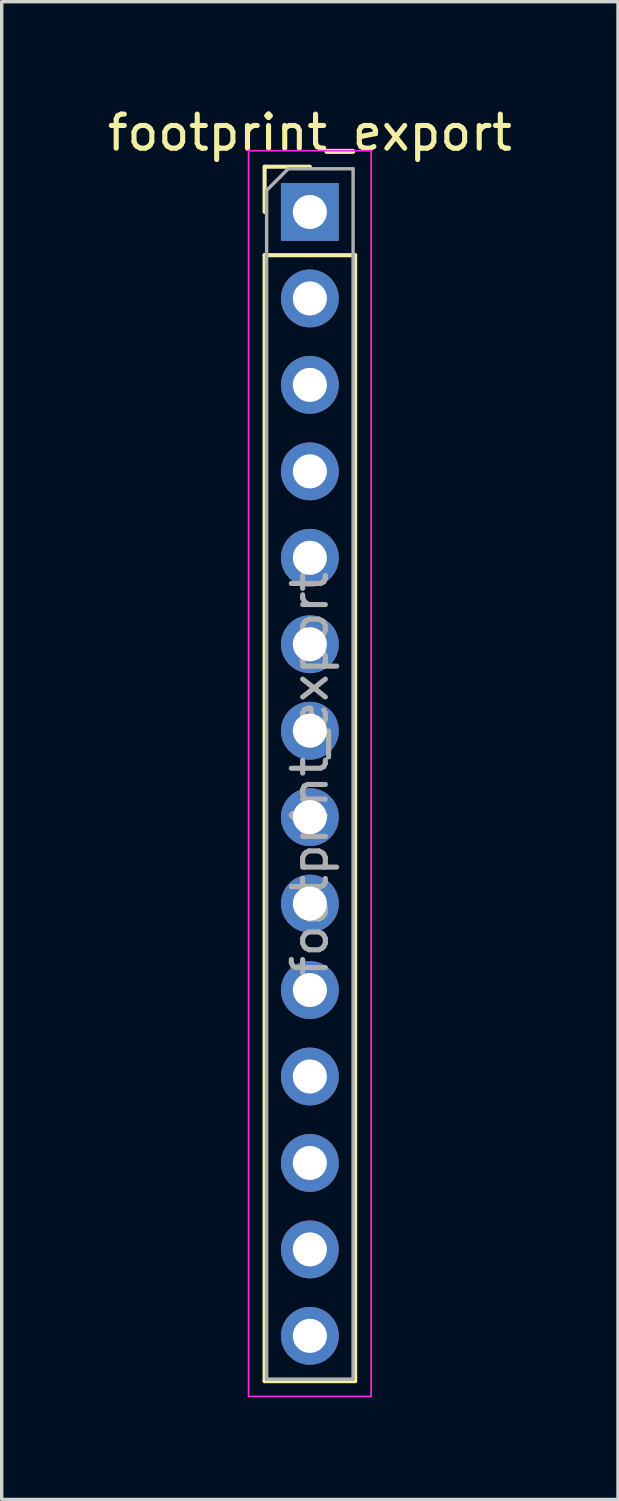
<source format=kicad_pcb>
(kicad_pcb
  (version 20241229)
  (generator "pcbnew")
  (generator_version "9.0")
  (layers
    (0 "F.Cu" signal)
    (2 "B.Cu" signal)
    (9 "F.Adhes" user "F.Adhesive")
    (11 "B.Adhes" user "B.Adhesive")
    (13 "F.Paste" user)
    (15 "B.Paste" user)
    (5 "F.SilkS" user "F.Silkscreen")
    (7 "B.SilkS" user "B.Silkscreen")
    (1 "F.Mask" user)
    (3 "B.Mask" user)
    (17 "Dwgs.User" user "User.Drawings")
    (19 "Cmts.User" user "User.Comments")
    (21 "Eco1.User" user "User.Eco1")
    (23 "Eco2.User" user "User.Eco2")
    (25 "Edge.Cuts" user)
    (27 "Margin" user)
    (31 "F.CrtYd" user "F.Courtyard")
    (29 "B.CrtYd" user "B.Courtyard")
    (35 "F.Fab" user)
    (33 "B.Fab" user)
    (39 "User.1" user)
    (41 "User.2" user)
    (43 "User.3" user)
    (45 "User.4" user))
  (footprint "footprint_export"
    (layer "F.Cu")
    (at 6.054 3.178)
    (property "Reference" "footprint_export" (at 0 -2.33 0) (layer "F.SilkS") (effects (font (size 1 1) (thickness 0.15))))
    (attr through_hole)
    (fp_line (start -1.33 -1.33) (end 0 -1.33) (stroke (width 0.12) (type solid)) (layer "F.SilkS"))
    (fp_line (start -1.33 0) (end -1.33 -1.33) (stroke (width 0.12) (type solid)) (layer "F.SilkS"))
    (fp_line (start -1.33 1.27) (end -1.33 34.35) (stroke (width 0.12) (type solid)) (layer "F.SilkS"))
    (fp_line (start -1.33 1.27) (end 1.33 1.27) (stroke (width 0.12) (type solid)) (layer "F.SilkS"))
    (fp_line (start -1.33 34.35) (end 1.33 34.35) (stroke (width 0.12) (type solid)) (layer "F.SilkS"))
    (fp_line (start 1.33 1.27) (end 1.33 34.35) (stroke (width 0.12) (type solid)) (layer "F.SilkS"))
    (fp_line (start -1.8 -1.8) (end -1.8 34.8) (stroke (width 0.05) (type solid)) (layer "F.CrtYd"))
    (fp_line (start -1.8 34.8) (end 1.8 34.8) (stroke (width 0.05) (type solid)) (layer "F.CrtYd"))
    (fp_line (start 1.8 -1.8) (end -1.8 -1.8) (stroke (width 0.05) (type solid)) (layer "F.CrtYd"))
    (fp_line (start 1.8 34.8) (end 1.8 -1.8) (stroke (width 0.05) (type solid)) (layer "F.CrtYd"))
    (fp_line (start -1.27 -0.635) (end -0.635 -1.27) (stroke (width 0.1) (type solid)) (layer "F.Fab"))
    (fp_line (start -1.27 34.29) (end -1.27 -0.635) (stroke (width 0.1) (type solid)) (layer "F.Fab"))
    (fp_line (start -0.635 -1.27) (end 1.27 -1.27) (stroke (width 0.1) (type solid)) (layer "F.Fab"))
    (fp_line (start 1.27 -1.27) (end 1.27 34.29) (stroke (width 0.1) (type solid)) (layer "F.Fab"))
    (fp_line (start 1.27 34.29) (end -1.27 34.29) (stroke (width 0.1) (type solid)) (layer "F.Fab"))
    (fp_text user "${REFERENCE}" (at 0 16.51 90) (layer "F.Fab") (effects (font (size 1 1) (thickness 0.15))))
    (pad "1" thru_hole rect (at 0 0) (size 1.7 1.7) (drill 1) (layers "*.Cu" "*.Mask"))
    (pad "2" thru_hole oval (at 0 2.54) (size 1.7 1.7) (drill 1) (layers "*.Cu" "*.Mask"))
    (pad "3" thru_hole oval (at 0 5.08) (size 1.7 1.7) (drill 1) (layers "*.Cu" "*.Mask"))
    (pad "4" thru_hole oval (at 0 7.62) (size 1.7 1.7) (drill 1) (layers "*.Cu" "*.Mask"))
    (pad "5" thru_hole oval (at 0 10.16) (size 1.7 1.7) (drill 1) (layers "*.Cu" "*.Mask"))
    (pad "6" thru_hole oval (at 0 12.7) (size 1.7 1.7) (drill 1) (layers "*.Cu" "*.Mask"))
    (pad "7" thru_hole oval (at 0 15.24) (size 1.7 1.7) (drill 1) (layers "*.Cu" "*.Mask"))
    (pad "8" thru_hole oval (at 0 17.78) (size 1.7 1.7) (drill 1) (layers "*.Cu" "*.Mask"))
    (pad "9" thru_hole oval (at 0 20.32) (size 1.7 1.7) (drill 1) (layers "*.Cu" "*.Mask"))
    (pad "10" thru_hole oval (at 0 22.86) (size 1.7 1.7) (drill 1) (layers "*.Cu" "*.Mask"))
    (pad "11" thru_hole oval (at 0 25.4) (size 1.7 1.7) (drill 1) (layers "*.Cu" "*.Mask"))
    (pad "12" thru_hole oval (at 0 27.94) (size 1.7 1.7) (drill 1) (layers "*.Cu" "*.Mask"))
    (pad "13" thru_hole oval (at 0 30.48) (size 1.7 1.7) (drill 1) (layers "*.Cu" "*.Mask"))
    (pad "14" thru_hole oval (at 0 33.02) (size 1.7 1.7) (drill 1) (layers "*.Cu" "*.Mask")))
  (gr_rect
    (start -3 -3)
    (end 15.107 41.003)
    (stroke (width 0.1) (type default))
    (fill no)
    (layer "Edge.Cuts")))
</source>
